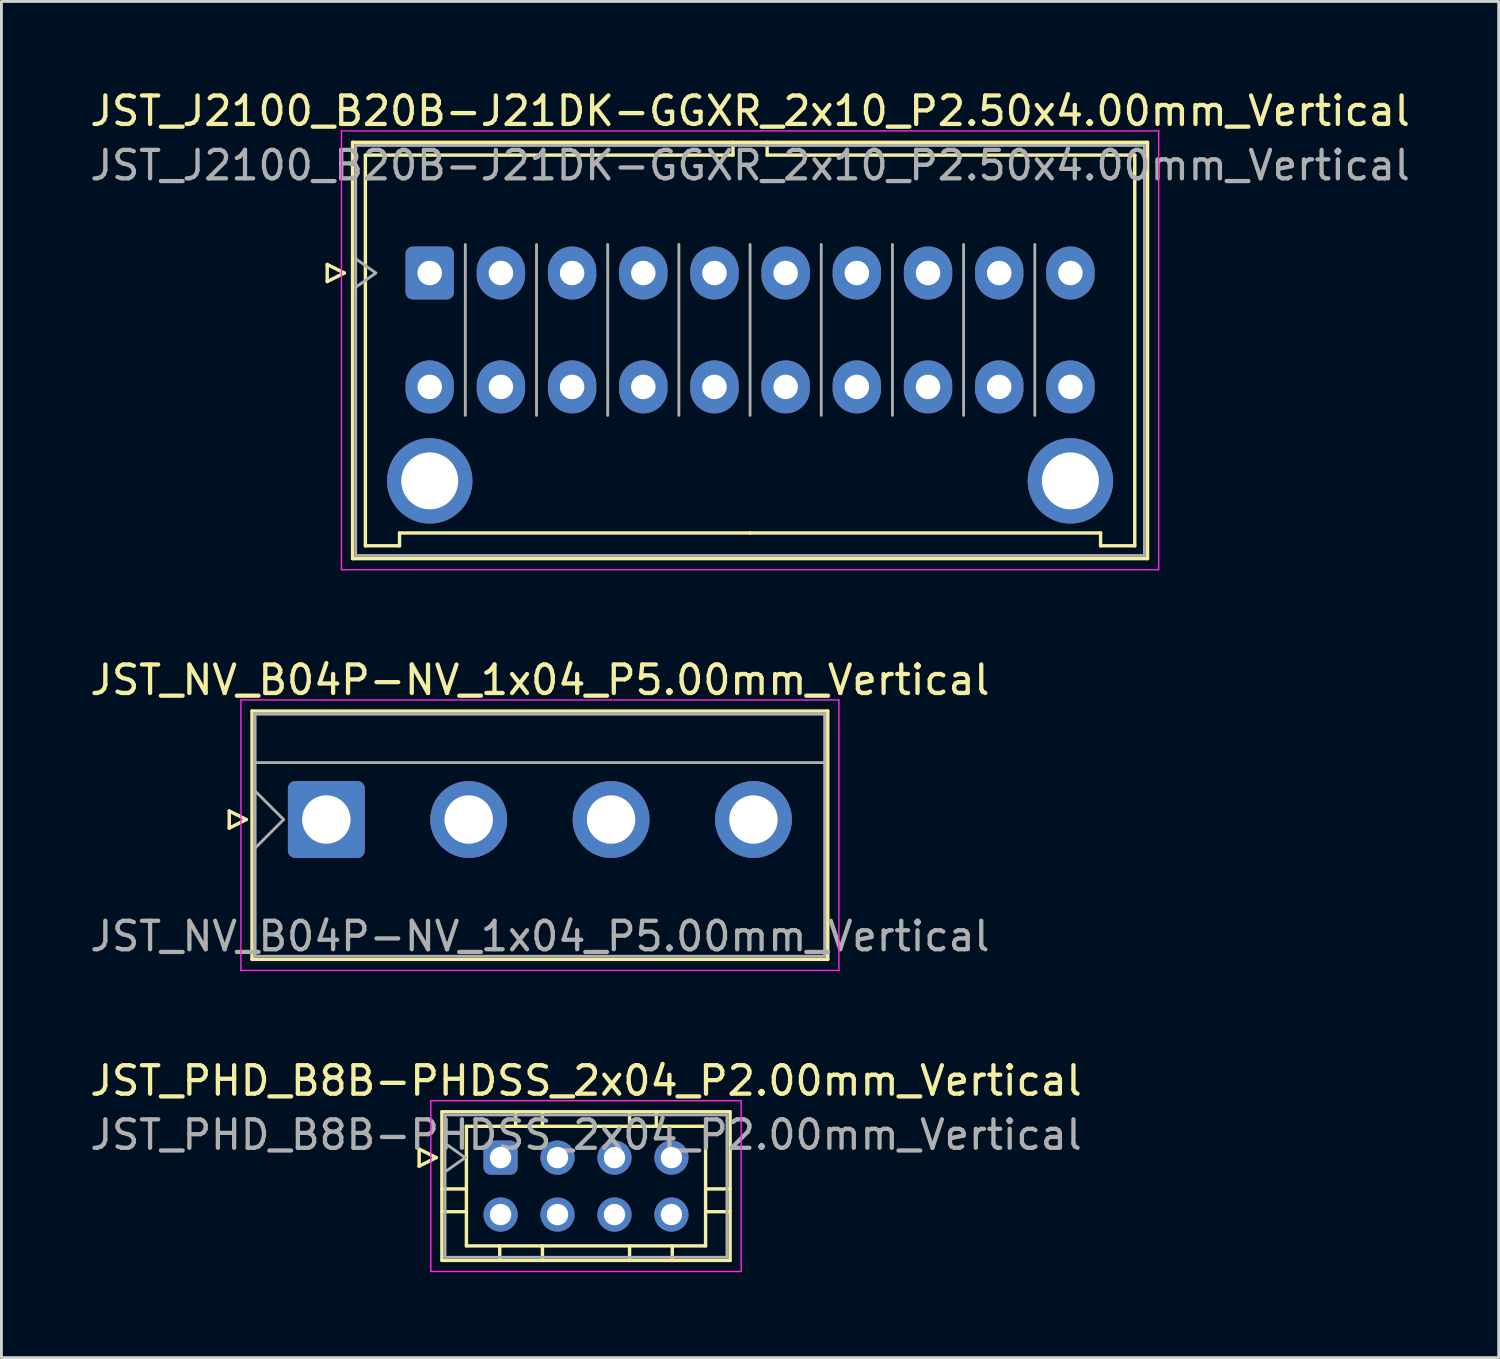
<source format=kicad_pcb>
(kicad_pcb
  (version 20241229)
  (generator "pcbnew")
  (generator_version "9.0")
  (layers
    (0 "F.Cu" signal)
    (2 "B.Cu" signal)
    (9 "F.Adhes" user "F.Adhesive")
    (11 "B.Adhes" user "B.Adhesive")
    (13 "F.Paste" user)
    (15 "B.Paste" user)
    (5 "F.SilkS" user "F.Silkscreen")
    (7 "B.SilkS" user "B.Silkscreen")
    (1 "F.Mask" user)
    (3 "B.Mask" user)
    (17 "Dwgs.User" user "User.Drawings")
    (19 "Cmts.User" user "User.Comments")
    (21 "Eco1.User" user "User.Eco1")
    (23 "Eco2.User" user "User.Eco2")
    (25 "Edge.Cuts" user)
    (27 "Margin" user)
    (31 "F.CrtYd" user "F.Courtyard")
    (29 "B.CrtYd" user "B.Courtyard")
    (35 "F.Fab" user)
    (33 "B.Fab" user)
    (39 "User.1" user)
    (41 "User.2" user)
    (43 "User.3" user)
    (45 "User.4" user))
  (footprint "JST_J2100_B20B-J21DK-GGXR_2x10_P2.50x4.00mm_Vertical"
    (layer "F.Cu")
    (at 12.042 6.538)
    (property "Reference" "JST_J2100_B20B-J21DK-GGXR_2x10_P2.50x4.00mm_Vertical" (at 11.25 -5.69 0) (layer "F.SilkS") (effects (font (size 1 1) (thickness 0.15))))
    (attr through_hole)
    (fp_line (start -3.6 -0.3) (end -3 0) (stroke (width 0.12) (type solid)) (layer "F.SilkS"))
    (fp_line (start -3.6 0.3) (end -3.6 -0.3) (stroke (width 0.12) (type solid)) (layer "F.SilkS"))
    (fp_line (start -3 0) (end -3.6 0.3) (stroke (width 0.12) (type solid)) (layer "F.SilkS"))
    (fp_line (start -2.71 -4.59) (end -2.71 10.03) (stroke (width 0.12) (type solid)) (layer "F.SilkS"))
    (fp_line (start -2.71 10.03) (end 25.21 10.03) (stroke (width 0.12) (type solid)) (layer "F.SilkS"))
    (fp_line (start -2.26 -4.14) (end -2.26 9.58) (stroke (width 0.12) (type solid)) (layer "F.SilkS"))
    (fp_line (start -2.26 9.58) (end -1.06 9.58) (stroke (width 0.12) (type solid)) (layer "F.SilkS"))
    (fp_line (start -1.06 9.13) (end 11.25 9.13) (stroke (width 0.12) (type solid)) (layer "F.SilkS"))
    (fp_line (start -1.06 9.58) (end -1.06 9.13) (stroke (width 0.12) (type solid)) (layer "F.SilkS"))
    (fp_line (start 10.65 -4.59) (end 10.65 -4.14) (stroke (width 0.12) (type solid)) (layer "F.SilkS"))
    (fp_line (start 10.65 -4.14) (end -2.26 -4.14) (stroke (width 0.12) (type solid)) (layer "F.SilkS"))
    (fp_line (start 11.85 -4.59) (end 11.85 -4.14) (stroke (width 0.12) (type solid)) (layer "F.SilkS"))
    (fp_line (start 11.85 -4.14) (end 24.76 -4.14) (stroke (width 0.12) (type solid)) (layer "F.SilkS"))
    (fp_line (start 23.56 9.13) (end 11.25 9.13) (stroke (width 0.12) (type solid)) (layer "F.SilkS"))
    (fp_line (start 23.56 9.58) (end 23.56 9.13) (stroke (width 0.12) (type solid)) (layer "F.SilkS"))
    (fp_line (start 24.76 -4.14) (end 24.76 9.58) (stroke (width 0.12) (type solid)) (layer "F.SilkS"))
    (fp_line (start 24.76 9.58) (end 23.56 9.58) (stroke (width 0.12) (type solid)) (layer "F.SilkS"))
    (fp_line (start 25.21 -4.59) (end -2.71 -4.59) (stroke (width 0.12) (type solid)) (layer "F.SilkS"))
    (fp_line (start 25.21 10.03) (end 25.21 -4.59) (stroke (width 0.12) (type solid)) (layer "F.SilkS"))
    (fp_line (start -3.1 -4.99) (end -3.1 10.42) (stroke (width 0.05) (type solid)) (layer "F.CrtYd"))
    (fp_line (start -3.1 10.42) (end 25.6 10.42) (stroke (width 0.05) (type solid)) (layer "F.CrtYd"))
    (fp_line (start 25.6 -4.99) (end -3.1 -4.99) (stroke (width 0.05) (type solid)) (layer "F.CrtYd"))
    (fp_line (start 25.6 10.42) (end 25.6 -4.99) (stroke (width 0.05) (type solid)) (layer "F.CrtYd"))
    (fp_line (start -2.6 -4.48) (end -2.6 9.92) (stroke (width 0.1) (type solid)) (layer "F.Fab"))
    (fp_line (start -2.6 0.5) (end -1.893 0) (stroke (width 0.1) (type solid)) (layer "F.Fab"))
    (fp_line (start -2.6 9.92) (end 25.1 9.92) (stroke (width 0.1) (type solid)) (layer "F.Fab"))
    (fp_line (start -1.893 0) (end -2.6 -0.5) (stroke (width 0.1) (type solid)) (layer "F.Fab"))
    (fp_line (start 1.25 5) (end 1.25 -1) (stroke (width 0.1) (type solid)) (layer "F.Fab"))
    (fp_line (start 3.75 5) (end 3.75 -1) (stroke (width 0.1) (type solid)) (layer "F.Fab"))
    (fp_line (start 6.25 5) (end 6.25 -1) (stroke (width 0.1) (type solid)) (layer "F.Fab"))
    (fp_line (start 8.75 5) (end 8.75 -1) (stroke (width 0.1) (type solid)) (layer "F.Fab"))
    (fp_line (start 11.25 5) (end 11.25 -1) (stroke (width 0.1) (type solid)) (layer "F.Fab"))
    (fp_line (start 13.75 5) (end 13.75 -1) (stroke (width 0.1) (type solid)) (layer "F.Fab"))
    (fp_line (start 16.25 5) (end 16.25 -1) (stroke (width 0.1) (type solid)) (layer "F.Fab"))
    (fp_line (start 18.75 5) (end 18.75 -1) (stroke (width 0.1) (type solid)) (layer "F.Fab"))
    (fp_line (start 21.25 5) (end 21.25 -1) (stroke (width 0.1) (type solid)) (layer "F.Fab"))
    (fp_line (start 25.1 -4.48) (end -2.6 -4.48) (stroke (width 0.1) (type solid)) (layer "F.Fab"))
    (fp_line (start 25.1 9.92) (end 25.1 -4.48) (stroke (width 0.1) (type solid)) (layer "F.Fab"))
    (fp_text user "${REFERENCE}" (at 11.25 -3.78 0) (layer "F.Fab") (effects (font (size 1 1) (thickness 0.15))))
    (pad "" thru_hole circle (at 0 7.3) (size 3 3) (drill 2) (layers "*.Cu" "*.Mask"))
    (pad "" thru_hole circle (at 22.5 7.3) (size 3 3) (drill 2) (layers "*.Cu" "*.Mask"))
    (pad "1" thru_hole roundrect (at 0 0) (size 1.7 1.86) (drill 0.86) (layers "*.Cu" "*.Mask") (roundrect_rratio 0.147))
    (pad "2" thru_hole oval (at 2.5 0) (size 1.7 1.86) (drill 0.86) (layers "*.Cu" "*.Mask"))
    (pad "3" thru_hole oval (at 5 0) (size 1.7 1.86) (drill 0.86) (layers "*.Cu" "*.Mask"))
    (pad "4" thru_hole oval (at 7.5 0) (size 1.7 1.86) (drill 0.86) (layers "*.Cu" "*.Mask"))
    (pad "5" thru_hole oval (at 10 0) (size 1.7 1.86) (drill 0.86) (layers "*.Cu" "*.Mask"))
    (pad "6" thru_hole oval (at 12.5 0) (size 1.7 1.86) (drill 0.86) (layers "*.Cu" "*.Mask"))
    (pad "7" thru_hole oval (at 15 0) (size 1.7 1.86) (drill 0.86) (layers "*.Cu" "*.Mask"))
    (pad "8" thru_hole oval (at 17.5 0) (size 1.7 1.86) (drill 0.86) (layers "*.Cu" "*.Mask"))
    (pad "9" thru_hole oval (at 20 0) (size 1.7 1.86) (drill 0.86) (layers "*.Cu" "*.Mask"))
    (pad "10" thru_hole oval (at 22.5 0) (size 1.7 1.86) (drill 0.86) (layers "*.Cu" "*.Mask"))
    (pad "11" thru_hole oval (at 0 4) (size 1.7 1.86) (drill 0.86) (layers "*.Cu" "*.Mask"))
    (pad "12" thru_hole oval (at 2.5 4) (size 1.7 1.86) (drill 0.86) (layers "*.Cu" "*.Mask"))
    (pad "13" thru_hole oval (at 5 4) (size 1.7 1.86) (drill 0.86) (layers "*.Cu" "*.Mask"))
    (pad "14" thru_hole oval (at 7.5 4) (size 1.7 1.86) (drill 0.86) (layers "*.Cu" "*.Mask"))
    (pad "15" thru_hole oval (at 10 4) (size 1.7 1.86) (drill 0.86) (layers "*.Cu" "*.Mask"))
    (pad "16" thru_hole oval (at 12.5 4) (size 1.7 1.86) (drill 0.86) (layers "*.Cu" "*.Mask"))
    (pad "17" thru_hole oval (at 15 4) (size 1.7 1.86) (drill 0.86) (layers "*.Cu" "*.Mask"))
    (pad "18" thru_hole oval (at 17.5 4) (size 1.7 1.86) (drill 0.86) (layers "*.Cu" "*.Mask"))
    (pad "19" thru_hole oval (at 20 4) (size 1.7 1.86) (drill 0.86) (layers "*.Cu" "*.Mask"))
    (pad "20" thru_hole oval (at 22.5 4) (size 1.7 1.86) (drill 0.86) (layers "*.Cu" "*.Mask")))
  (footprint "JST_NV_B04P-NV_1x04_P5.00mm_Vertical"
    (layer "F.Cu")
    (at 8.411 25.732)
    (property "Reference" "JST_NV_B04P-NV_1x04_P5.00mm_Vertical" (at 7.5 -4.9 0) (layer "F.SilkS") (effects (font (size 1 1) (thickness 0.15))))
    (attr through_hole)
    (fp_line (start -3.41 -0.3) (end -2.81 0) (stroke (width 0.12) (type solid)) (layer "F.SilkS"))
    (fp_line (start -3.41 0.3) (end -3.41 -0.3) (stroke (width 0.12) (type solid)) (layer "F.SilkS"))
    (fp_line (start -2.81 0) (end -3.41 0.3) (stroke (width 0.12) (type solid)) (layer "F.SilkS"))
    (fp_line (start -2.61 -3.81) (end -2.61 4.91) (stroke (width 0.12) (type solid)) (layer "F.SilkS"))
    (fp_line (start -2.61 4.91) (end 17.61 4.91) (stroke (width 0.12) (type solid)) (layer "F.SilkS"))
    (fp_line (start 17.61 -3.81) (end -2.61 -3.81) (stroke (width 0.12) (type solid)) (layer "F.SilkS"))
    (fp_line (start 17.61 4.91) (end 17.61 -3.81) (stroke (width 0.12) (type solid)) (layer "F.SilkS"))
    (fp_line (start -3 -4.2) (end -3 5.3) (stroke (width 0.05) (type solid)) (layer "F.CrtYd"))
    (fp_line (start -3 5.3) (end 18 5.3) (stroke (width 0.05) (type solid)) (layer "F.CrtYd"))
    (fp_line (start 18 -4.2) (end -3 -4.2) (stroke (width 0.05) (type solid)) (layer "F.CrtYd"))
    (fp_line (start 18 5.3) (end 18 -4.2) (stroke (width 0.05) (type solid)) (layer "F.CrtYd"))
    (fp_line (start -2.5 -3.7) (end -2.5 4.8) (stroke (width 0.1) (type solid)) (layer "F.Fab"))
    (fp_line (start -2.5 -2) (end 17.5 -2) (stroke (width 0.1) (type solid)) (layer "F.Fab"))
    (fp_line (start -2.5 -1) (end -1.5 0) (stroke (width 0.1) (type solid)) (layer "F.Fab"))
    (fp_line (start -2.5 1) (end -1.5 0) (stroke (width 0.1) (type solid)) (layer "F.Fab"))
    (fp_line (start -2.5 4.8) (end 17.5 4.8) (stroke (width 0.1) (type solid)) (layer "F.Fab"))
    (fp_line (start 17.5 -3.7) (end -2.5 -3.7) (stroke (width 0.1) (type solid)) (layer "F.Fab"))
    (fp_line (start 17.5 4.8) (end 17.5 -3.7) (stroke (width 0.1) (type solid)) (layer "F.Fab"))
    (fp_text user "${REFERENCE}" (at 7.5 4.1 0) (layer "F.Fab") (effects (font (size 1 1) (thickness 0.15))))
    (pad "1" thru_hole roundrect (at 0 0) (size 2.7 2.7) (drill 1.7) (layers "*.Cu" "*.Mask") (roundrect_rratio 0.093))
    (pad "2" thru_hole circle (at 5 0) (size 2.7 2.7) (drill 1.7) (layers "*.Cu" "*.Mask"))
    (pad "3" thru_hole circle (at 10 0) (size 2.7 2.7) (drill 1.7) (layers "*.Cu" "*.Mask"))
    (pad "4" thru_hole circle (at 15 0) (size 2.7 2.7) (drill 1.7) (layers "*.Cu" "*.Mask")))
  (footprint "JST_PHD_B8B-PHDSS_2x04_P2.00mm_Vertical"
    (layer "F.Cu")
    (at 14.53 37.605)
    (property "Reference" "JST_PHD_B8B-PHDSS_2x04_P2.00mm_Vertical" (at 3 -2.7 0) (layer "F.SilkS") (effects (font (size 1 1) (thickness 0.15))))
    (attr through_hole)
    (fp_line (start -2.86 -0.3) (end -2.26 0) (stroke (width 0.12) (type solid)) (layer "F.SilkS"))
    (fp_line (start -2.86 0.3) (end -2.86 -0.3) (stroke (width 0.12) (type solid)) (layer "F.SilkS"))
    (fp_line (start -2.26 0) (end -2.86 0.3) (stroke (width 0.12) (type solid)) (layer "F.SilkS"))
    (fp_line (start -2.06 -1.61) (end -2.06 3.61) (stroke (width 0.12) (type solid)) (layer "F.SilkS"))
    (fp_line (start -2.06 1.1) (end -1.2 1.1) (stroke (width 0.12) (type solid)) (layer "F.SilkS"))
    (fp_line (start -2.06 1.9) (end -1.2 1.9) (stroke (width 0.12) (type solid)) (layer "F.SilkS"))
    (fp_line (start -2.06 3.61) (end 8.06 3.61) (stroke (width 0.12) (type solid)) (layer "F.SilkS"))
    (fp_line (start -1.2 -1.1) (end -1.2 3.1) (stroke (width 0.12) (type solid)) (layer "F.SilkS"))
    (fp_line (start -1.2 3.1) (end 7.2 3.1) (stroke (width 0.12) (type solid)) (layer "F.SilkS"))
    (fp_line (start -0.03 3.61) (end -0.03 3.1) (stroke (width 0.12) (type solid)) (layer "F.SilkS"))
    (fp_line (start 0.53 -1.61) (end 0.53 -1.1) (stroke (width 0.12) (type solid)) (layer "F.SilkS"))
    (fp_line (start 1.47 -1.61) (end 1.47 -1.1) (stroke (width 0.12) (type solid)) (layer "F.SilkS"))
    (fp_line (start 1.47 3.61) (end 1.47 3.1) (stroke (width 0.12) (type solid)) (layer "F.SilkS"))
    (fp_line (start 4.53 -1.61) (end 4.53 -1.1) (stroke (width 0.12) (type solid)) (layer "F.SilkS"))
    (fp_line (start 4.53 3.61) (end 4.53 3.1) (stroke (width 0.12) (type solid)) (layer "F.SilkS"))
    (fp_line (start 5.47 -1.61) (end 5.47 -1.1) (stroke (width 0.12) (type solid)) (layer "F.SilkS"))
    (fp_line (start 6.03 3.61) (end 6.03 3.1) (stroke (width 0.12) (type solid)) (layer "F.SilkS"))
    (fp_line (start 7.2 -1.1) (end -1.2 -1.1) (stroke (width 0.12) (type solid)) (layer "F.SilkS"))
    (fp_line (start 7.2 3.1) (end 7.2 -1.1) (stroke (width 0.12) (type solid)) (layer "F.SilkS"))
    (fp_line (start 8.06 -1.61) (end -2.06 -1.61) (stroke (width 0.12) (type solid)) (layer "F.SilkS"))
    (fp_line (start 8.06 1.1) (end 7.2 1.1) (stroke (width 0.12) (type solid)) (layer "F.SilkS"))
    (fp_line (start 8.06 1.9) (end 7.2 1.9) (stroke (width 0.12) (type solid)) (layer "F.SilkS"))
    (fp_line (start 8.06 3.61) (end 8.06 -1.61) (stroke (width 0.12) (type solid)) (layer "F.SilkS"))
    (fp_line (start -2.45 -2) (end -2.45 4) (stroke (width 0.05) (type solid)) (layer "F.CrtYd"))
    (fp_line (start -2.45 4) (end 8.45 4) (stroke (width 0.05) (type solid)) (layer "F.CrtYd"))
    (fp_line (start 8.45 -2) (end -2.45 -2) (stroke (width 0.05) (type solid)) (layer "F.CrtYd"))
    (fp_line (start 8.45 4) (end 8.45 -2) (stroke (width 0.05) (type solid)) (layer "F.CrtYd"))
    (fp_line (start -1.95 -1.5) (end -1.95 3.5) (stroke (width 0.1) (type solid)) (layer "F.Fab"))
    (fp_line (start -1.95 0.5) (end -1.243 0) (stroke (width 0.1) (type solid)) (layer "F.Fab"))
    (fp_line (start -1.95 3.5) (end 7.95 3.5) (stroke (width 0.1) (type solid)) (layer "F.Fab"))
    (fp_line (start -1.243 0) (end -1.95 -0.5) (stroke (width 0.1) (type solid)) (layer "F.Fab"))
    (fp_line (start 7.95 -1.5) (end -1.95 -1.5) (stroke (width 0.1) (type solid)) (layer "F.Fab"))
    (fp_line (start 7.95 3.5) (end 7.95 -1.5) (stroke (width 0.1) (type solid)) (layer "F.Fab"))
    (fp_text user "${REFERENCE}" (at 3 -0.8 0) (layer "F.Fab") (effects (font (size 1 1) (thickness 0.15))))
    (pad "1" thru_hole roundrect (at 0 0) (size 1.2 1.2) (drill 0.75) (layers "*.Cu" "*.Mask") (roundrect_rratio 0.208))
    (pad "2" thru_hole circle (at 0 2) (size 1.2 1.2) (drill 0.75) (layers "*.Cu" "*.Mask"))
    (pad "3" thru_hole circle (at 2 0) (size 1.2 1.2) (drill 0.75) (layers "*.Cu" "*.Mask"))
    (pad "4" thru_hole circle (at 2 2) (size 1.2 1.2) (drill 0.75) (layers "*.Cu" "*.Mask"))
    (pad "5" thru_hole circle (at 4 0) (size 1.2 1.2) (drill 0.75) (layers "*.Cu" "*.Mask"))
    (pad "6" thru_hole circle (at 4 2) (size 1.2 1.2) (drill 0.75) (layers "*.Cu" "*.Mask"))
    (pad "7" thru_hole circle (at 6 0) (size 1.2 1.2) (drill 0.75) (layers "*.Cu" "*.Mask"))
    (pad "8" thru_hole circle (at 6 2) (size 1.2 1.2) (drill 0.75) (layers "*.Cu" "*.Mask")))
  (gr_rect
    (start -3 -3)
    (end 49.583 44.63)
    (stroke (width 0.1) (type default))
    (fill no)
    (layer "Edge.Cuts")))
</source>
